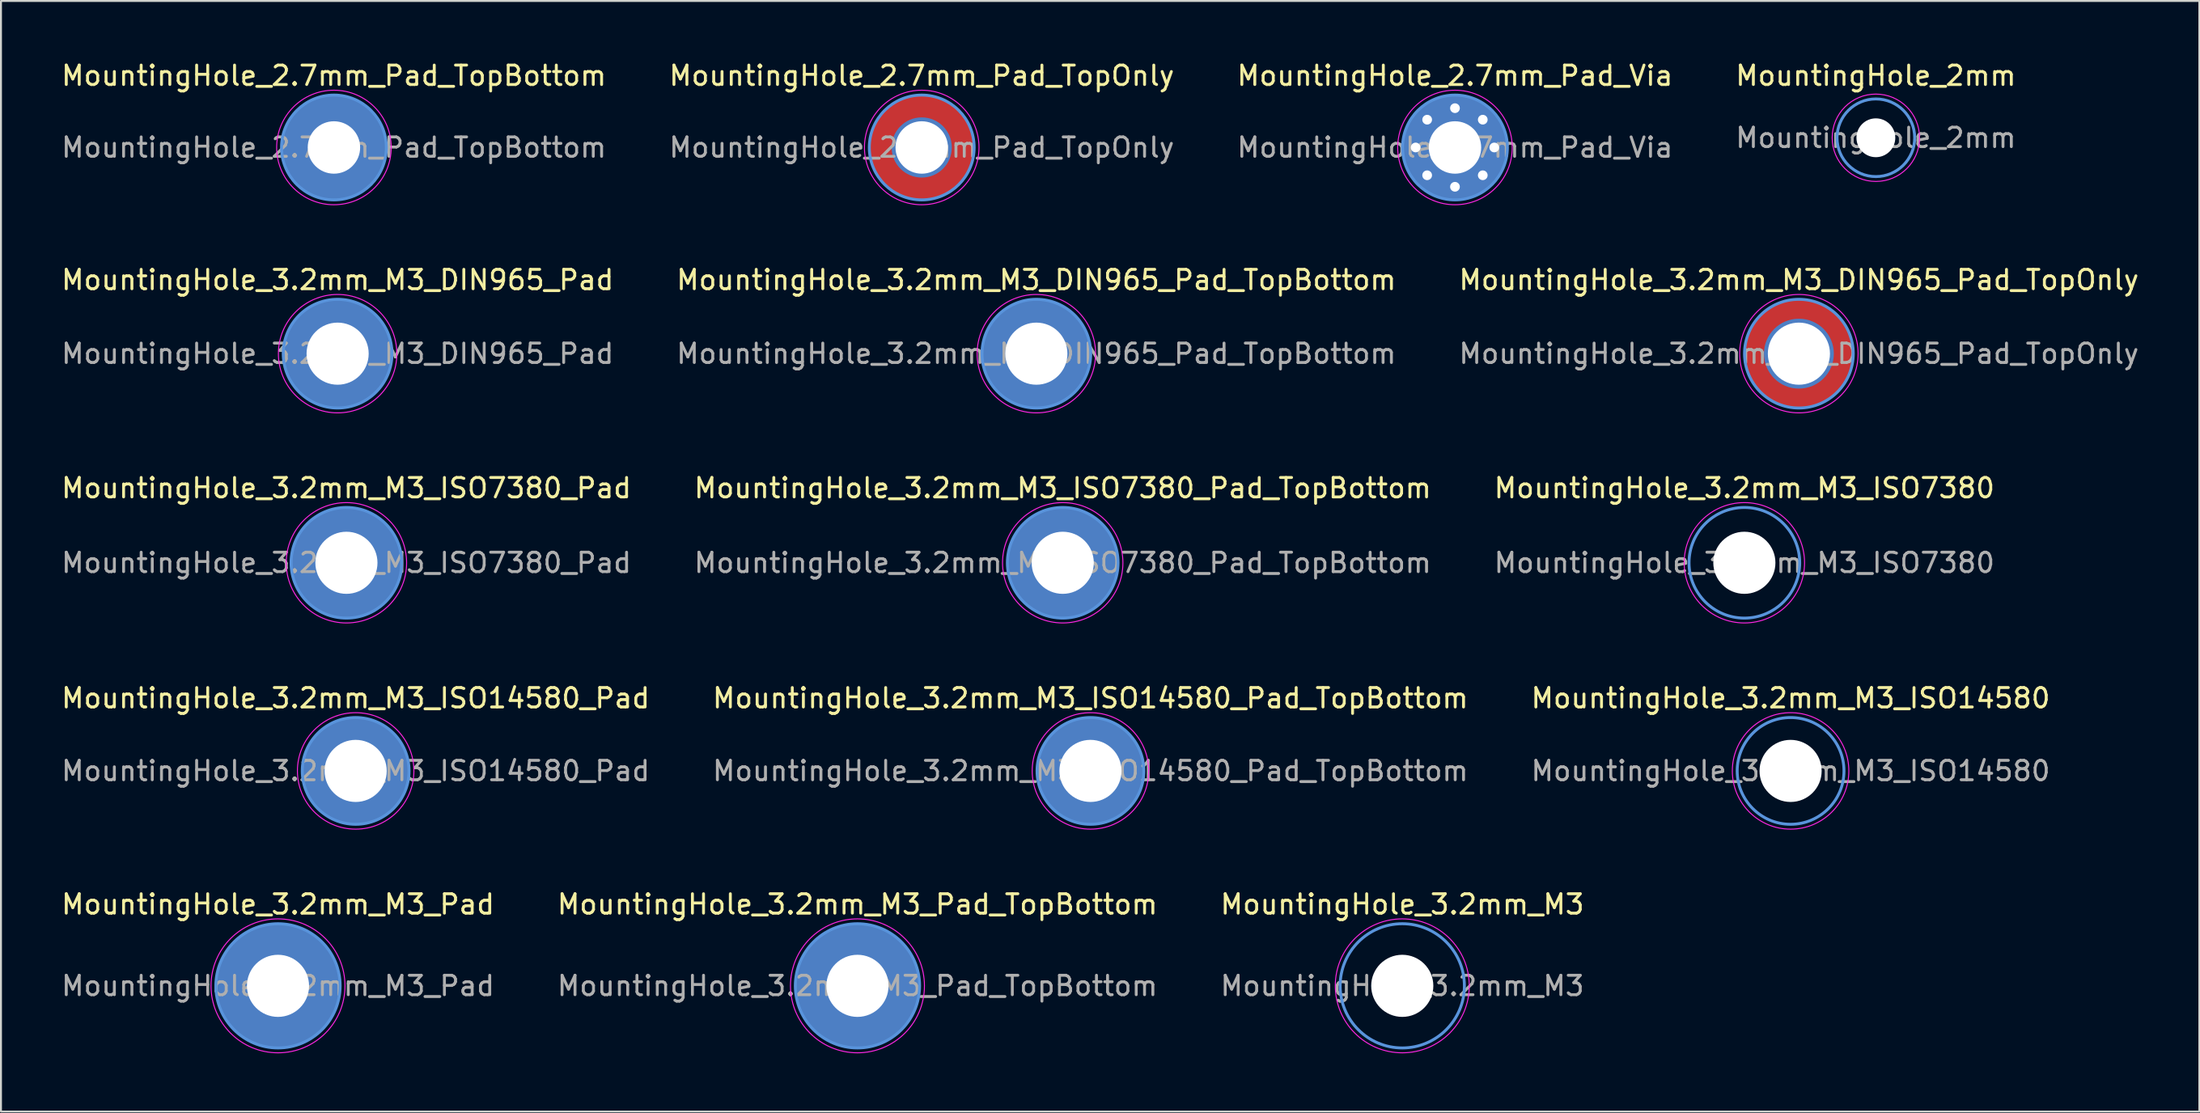
<source format=kicad_pcb>
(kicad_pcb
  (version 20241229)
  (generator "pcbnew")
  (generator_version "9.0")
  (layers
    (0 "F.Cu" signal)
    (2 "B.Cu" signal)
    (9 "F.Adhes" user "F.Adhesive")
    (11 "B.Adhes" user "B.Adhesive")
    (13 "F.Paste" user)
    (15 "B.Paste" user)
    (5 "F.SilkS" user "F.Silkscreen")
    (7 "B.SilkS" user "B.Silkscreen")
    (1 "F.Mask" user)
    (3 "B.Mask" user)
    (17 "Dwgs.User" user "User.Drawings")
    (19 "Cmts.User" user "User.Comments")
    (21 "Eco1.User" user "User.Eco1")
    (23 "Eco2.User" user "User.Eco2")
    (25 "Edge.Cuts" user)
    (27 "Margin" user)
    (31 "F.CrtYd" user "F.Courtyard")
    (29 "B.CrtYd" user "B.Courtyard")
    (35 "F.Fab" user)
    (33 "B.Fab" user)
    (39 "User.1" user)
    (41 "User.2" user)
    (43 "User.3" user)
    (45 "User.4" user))
  (footprint "MountingHole_3.2mm_M3_DIN965_Pad"
    (layer "F.Cu")
    (at 14.339 15.171)
    (property "Reference" "MountingHole_3.2mm_M3_DIN965_Pad" (at 0 -3.8 0) (layer "F.SilkS") (effects (font (size 1 1) (thickness 0.15))))
    (attr exclude_from_pos_files exclude_from_bom)
    (fp_circle (center 0 0) (end 2.8 0) (stroke (width 0.15) (type solid)) (fill no) (layer "Cmts.User"))
    (fp_circle (center 0 0) (end 3.05 0) (stroke (width 0.05) (type solid)) (fill no) (layer "F.CrtYd"))
    (fp_text user "${REFERENCE}" (at 0 0 0) (layer "F.Fab") (effects (font (size 1 1) (thickness 0.15))))
    (pad "" thru_hole circle (at 0 0) (size 5.6 5.6) (drill 3.2) (layers "*.Cu" "*.Mask")))
  (footprint "MountingHole_3.2mm_M3_Pad_TopBottom"
    (layer "F.Cu")
    (at 41.113 47.741)
    (property "Reference" "MountingHole_3.2mm_M3_Pad_TopBottom" (at 0 -4.2 0) (layer "F.SilkS") (effects (font (size 1 1) (thickness 0.15))))
    (attr exclude_from_pos_files exclude_from_bom)
    (fp_circle (center 0 0) (end 3.2 0) (stroke (width 0.15) (type solid)) (fill no) (layer "Cmts.User"))
    (fp_circle (center 0 0) (end 3.45 0) (stroke (width 0.05) (type solid)) (fill no) (layer "F.CrtYd"))
    (fp_text user "${REFERENCE}" (at 0 0 0) (layer "F.Fab") (effects (font (size 1 1) (thickness 0.15))))
    (pad "1" thru_hole circle (at 0 0) (size 3.6 3.6) (drill 3.2) (layers "*.Cu" "*.Mask"))
    (pad "1" connect circle (at 0 0) (size 6.4 6.4) (layers "F.Cu" "F.Mask"))
    (pad "1" connect circle (at 0 0) (size 6.4 6.4) (layers "B.Cu" "B.Mask")))
  (footprint "MountingHole_3.2mm_M3_ISO14580_Pad"
    (layer "F.Cu")
    (at 15.268 36.668)
    (property "Reference" "MountingHole_3.2mm_M3_ISO14580_Pad" (at 0 -3.75 0) (layer "F.SilkS") (effects (font (size 1 1) (thickness 0.15))))
    (attr exclude_from_pos_files exclude_from_bom)
    (fp_circle (center 0 0) (end 2.75 0) (stroke (width 0.15) (type solid)) (fill no) (layer "Cmts.User"))
    (fp_circle (center 0 0) (end 3 0) (stroke (width 0.05) (type solid)) (fill no) (layer "F.CrtYd"))
    (fp_text user "${REFERENCE}" (at 0 0 0) (layer "F.Fab") (effects (font (size 1 1) (thickness 0.15))))
    (pad "" thru_hole circle (at 0 0) (size 5.5 5.5) (drill 3.2) (layers "*.Cu" "*.Mask")))
  (footprint "MountingHole_2.7mm_Pad_Via"
    (layer "F.Cu")
    (at 71.887 4.548)
    (property "Reference" "MountingHole_2.7mm_Pad_Via" (at 0 -3.7 0) (layer "F.SilkS") (effects (font (size 1 1) (thickness 0.15))))
    (attr through_hole exclude_from_pos_files exclude_from_bom)
    (fp_circle (center 0 0) (end 2.7 0) (stroke (width 0.15) (type solid)) (fill no) (layer "Cmts.User"))
    (fp_circle (center 0 0) (end 2.95 0) (stroke (width 0.05) (type solid)) (fill no) (layer "F.CrtYd"))
    (fp_text user "${REFERENCE}" (at 0 0 0) (layer "F.Fab") (effects (font (size 1 1) (thickness 0.15))))
    (pad "" thru_hole circle (at -2.025 0) (size 0.8 0.8) (drill 0.5) (layers "*.Cu" "*.Mask"))
    (pad "" thru_hole circle (at -1.432 -1.432) (size 0.8 0.8) (drill 0.5) (layers "*.Cu" "*.Mask"))
    (pad "" thru_hole circle (at -1.432 1.432) (size 0.8 0.8) (drill 0.5) (layers "*.Cu" "*.Mask"))
    (pad "" thru_hole circle (at 0 -2.025) (size 0.8 0.8) (drill 0.5) (layers "*.Cu" "*.Mask"))
    (pad "" thru_hole circle (at 0 0) (size 5.4 5.4) (drill 2.7) (layers "*.Cu" "*.Mask"))
    (pad "" thru_hole circle (at 0 2.025) (size 0.8 0.8) (drill 0.5) (layers "*.Cu" "*.Mask"))
    (pad "" thru_hole circle (at 1.432 -1.432) (size 0.8 0.8) (drill 0.5) (layers "*.Cu" "*.Mask"))
    (pad "" thru_hole circle (at 1.432 1.432) (size 0.8 0.8) (drill 0.5) (layers "*.Cu" "*.Mask"))
    (pad "" thru_hole circle (at 2.025 0) (size 0.8 0.8) (drill 0.5) (layers "*.Cu" "*.Mask")))
  (footprint "MountingHole_3.2mm_M3_Pad"
    (layer "F.Cu")
    (at 11.268 47.741)
    (property "Reference" "MountingHole_3.2mm_M3_Pad" (at 0 -4.2 0) (layer "F.SilkS") (effects (font (size 1 1) (thickness 0.15))))
    (attr through_hole exclude_from_pos_files exclude_from_bom)
    (fp_circle (center 0 0) (end 3.2 0) (stroke (width 0.15) (type solid)) (fill no) (layer "Cmts.User"))
    (fp_circle (center 0 0) (end 3.45 0) (stroke (width 0.05) (type solid)) (fill no) (layer "F.CrtYd"))
    (fp_text user "${REFERENCE}" (at 0 0 0) (layer "F.Fab") (effects (font (size 1 1) (thickness 0.15))))
    (pad "" thru_hole circle (at 0 0) (size 6.4 6.4) (drill 3.2) (layers "*.Cu" "*.Mask")))
  (footprint "MountingHole_2mm"
    (layer "F.Cu")
    (at 93.565 4.048)
    (property "Reference" "MountingHole_2mm" (at 0 -3.2 0) (layer "F.SilkS") (effects (font (size 1 1) (thickness 0.15))))
    (attr through_hole exclude_from_pos_files exclude_from_bom)
    (fp_circle (center 0 0) (end 2 0) (stroke (width 0.15) (type solid)) (fill no) (layer "Cmts.User"))
    (fp_circle (center 0 0) (end 2.25 0) (stroke (width 0.05) (type solid)) (fill no) (layer "F.CrtYd"))
    (fp_text user "${REFERENCE}" (at 0 0 0) (layer "F.Fab") (effects (font (size 1 1) (thickness 0.15))))
    (pad "" np_thru_hole circle (at 0 0) (size 2 2) (drill 2) (layers "*.Cu" "*.Mask")))
  (footprint "MountingHole_3.2mm_M3_ISO7380_Pad"
    (layer "F.Cu")
    (at 14.792 25.945)
    (property "Reference" "MountingHole_3.2mm_M3_ISO7380_Pad" (at 0 -3.85 0) (layer "F.SilkS") (effects (font (size 1 1) (thickness 0.15))))
    (attr through_hole exclude_from_pos_files exclude_from_bom)
    (fp_circle (center 0 0) (end 2.85 0) (stroke (width 0.15) (type solid)) (fill no) (layer "Cmts.User"))
    (fp_circle (center 0 0) (end 3.1 0) (stroke (width 0.05) (type solid)) (fill no) (layer "F.CrtYd"))
    (fp_text user "${REFERENCE}" (at 0 0 0) (layer "F.Fab") (effects (font (size 1 1) (thickness 0.15))))
    (pad "" thru_hole circle (at 0 0) (size 5.7 5.7) (drill 3.2) (layers "*.Cu" "*.Mask")))
  (footprint "MountingHole_3.2mm_M3_ISO7380"
    (layer "F.Cu")
    (at 86.792 25.945)
    (property "Reference" "MountingHole_3.2mm_M3_ISO7380" (at 0 -3.85 0) (layer "F.SilkS") (effects (font (size 1 1) (thickness 0.15))))
    (attr exclude_from_pos_files exclude_from_bom)
    (fp_circle (center 0 0) (end 2.85 0) (stroke (width 0.15) (type solid)) (fill no) (layer "Cmts.User"))
    (fp_circle (center 0 0) (end 3.1 0) (stroke (width 0.05) (type solid)) (fill no) (layer "F.CrtYd"))
    (fp_text user "${REFERENCE}" (at 0 0 0) (layer "F.Fab") (effects (font (size 1 1) (thickness 0.15))))
    (pad "" np_thru_hole circle (at 0 0) (size 3.2 3.2) (drill 3.2) (layers "*.Cu" "*.Mask")))
  (footprint "MountingHole_3.2mm_M3_ISO14580_Pad_TopBottom"
    (layer "F.Cu")
    (at 53.113 36.668)
    (property "Reference" "MountingHole_3.2mm_M3_ISO14580_Pad_TopBottom" (at 0 -3.75 0) (layer "F.SilkS") (effects (font (size 1 1) (thickness 0.15))))
    (attr through_hole exclude_from_pos_files exclude_from_bom)
    (fp_circle (center 0 0) (end 2.75 0) (stroke (width 0.15) (type solid)) (fill no) (layer "Cmts.User"))
    (fp_circle (center 0 0) (end 3 0) (stroke (width 0.05) (type solid)) (fill no) (layer "F.CrtYd"))
    (fp_text user "${REFERENCE}" (at 0 0 0) (layer "F.Fab") (effects (font (size 1 1) (thickness 0.15))))
    (pad "" thru_hole circle (at 0 0) (size 3.6 3.6) (drill 3.2) (layers "*.Cu" "*.Mask"))
    (pad "" connect circle (at 0 0) (size 5.5 5.5) (layers "F.Cu" "F.Mask"))
    (pad "" connect circle (at 0 0) (size 5.5 5.5) (layers "B.Cu" "B.Mask")))
  (footprint "MountingHole_2.7mm_Pad_TopBottom"
    (layer "F.Cu")
    (at 14.149 4.548)
    (property "Reference" "MountingHole_2.7mm_Pad_TopBottom" (at 0 -3.7 0) (layer "F.SilkS") (effects (font (size 1 1) (thickness 0.15))))
    (attr exclude_from_pos_files exclude_from_bom)
    (fp_circle (center 0 0) (end 2.7 0) (stroke (width 0.15) (type solid)) (fill no) (layer "Cmts.User"))
    (fp_circle (center 0 0) (end 2.95 0) (stroke (width 0.05) (type solid)) (fill no) (layer "F.CrtYd"))
    (fp_text user "${REFERENCE}" (at 0 0 0) (layer "F.Fab") (effects (font (size 1 1) (thickness 0.15))))
    (pad "" thru_hole circle (at 0 0) (size 3.1 3.1) (drill 2.7) (layers "*.Cu" "*.Mask"))
    (pad "" connect circle (at 0 0) (size 5.4 5.4) (layers "F.Cu" "F.Mask"))
    (pad "" connect circle (at 0 0) (size 5.4 5.4) (layers "B.Cu" "B.Mask")))
  (footprint "MountingHole_3.2mm_M3_DIN965_Pad_TopOnly"
    (layer "F.Cu")
    (at 89.601 15.171)
    (property "Reference" "MountingHole_3.2mm_M3_DIN965_Pad_TopOnly" (at 0 -3.8 0) (layer "F.SilkS") (effects (font (size 1 1) (thickness 0.15))))
    (attr exclude_from_pos_files exclude_from_bom)
    (fp_circle (center 0 0) (end 2.8 0) (stroke (width 0.15) (type solid)) (fill no) (layer "Cmts.User"))
    (fp_circle (center 0 0) (end 3.05 0) (stroke (width 0.05) (type solid)) (fill no) (layer "F.CrtYd"))
    (fp_text user "${REFERENCE}" (at 0 0 0) (layer "F.Fab") (effects (font (size 1 1) (thickness 0.15))))
    (pad "1" thru_hole circle (at 0 0) (size 3.6 3.6) (drill 3.2) (layers "*.Cu" "*.Mask"))
    (pad "1" connect circle (at 0 0) (size 5.6 5.6) (layers "F.Cu" "F.Mask")))
  (footprint "MountingHole_3.2mm_M3"
    (layer "F.Cu")
    (at 69.173 47.741)
    (property "Reference" "MountingHole_3.2mm_M3" (at 0 -4.2 0) (layer "F.SilkS") (effects (font (size 1 1) (thickness 0.15))))
    (attr through_hole exclude_from_pos_files exclude_from_bom)
    (fp_circle (center 0 0) (end 3.2 0) (stroke (width 0.15) (type solid)) (fill no) (layer "Cmts.User"))
    (fp_circle (center 0 0) (end 3.45 0) (stroke (width 0.05) (type solid)) (fill no) (layer "F.CrtYd"))
    (fp_text user "${REFERENCE}" (at 0 0 0) (layer "F.Fab") (effects (font (size 1 1) (thickness 0.15))))
    (pad "" np_thru_hole circle (at 0 0) (size 3.2 3.2) (drill 3.2) (layers "*.Cu" "*.Mask")))
  (footprint "MountingHole_3.2mm_M3_DIN965_Pad_TopBottom"
    (layer "F.Cu")
    (at 50.327 15.171)
    (property "Reference" "MountingHole_3.2mm_M3_DIN965_Pad_TopBottom" (at 0 -3.8 0) (layer "F.SilkS") (effects (font (size 1 1) (thickness 0.15))))
    (attr through_hole exclude_from_pos_files exclude_from_bom)
    (fp_circle (center 0 0) (end 2.8 0) (stroke (width 0.15) (type solid)) (fill no) (layer "Cmts.User"))
    (fp_circle (center 0 0) (end 3.05 0) (stroke (width 0.05) (type solid)) (fill no) (layer "F.CrtYd"))
    (fp_text user "${REFERENCE}" (at 0 0 0) (layer "F.Fab") (effects (font (size 1 1) (thickness 0.15))))
    (pad "" thru_hole circle (at 0 0) (size 3.6 3.6) (drill 3.2) (layers "*.Cu" "*.Mask"))
    (pad "" connect circle (at 0 0) (size 5.6 5.6) (layers "F.Cu" "F.Mask"))
    (pad "" connect circle (at 0 0) (size 5.6 5.6) (layers "B.Cu" "B.Mask")))
  (footprint "MountingHole_2.7mm_Pad_TopOnly"
    (layer "F.Cu")
    (at 44.423 4.548)
    (property "Reference" "MountingHole_2.7mm_Pad_TopOnly" (at 0 -3.7 0) (layer "F.SilkS") (effects (font (size 1 1) (thickness 0.15))))
    (attr through_hole exclude_from_pos_files exclude_from_bom)
    (fp_circle (center 0 0) (end 2.7 0) (stroke (width 0.15) (type solid)) (fill no) (layer "Cmts.User"))
    (fp_circle (center 0 0) (end 2.95 0) (stroke (width 0.05) (type solid)) (fill no) (layer "F.CrtYd"))
    (fp_text user "${REFERENCE}" (at 0 0 0) (layer "F.Fab") (effects (font (size 1 1) (thickness 0.15))))
    (pad "" thru_hole circle (at 0 0) (size 3.1 3.1) (drill 2.7) (layers "*.Cu" "*.Mask"))
    (pad "" connect circle (at 0 0) (size 5.4 5.4) (layers "F.Cu" "F.Mask")))
  (footprint "MountingHole_3.2mm_M3_ISO7380_Pad_TopBottom"
    (layer "F.Cu")
    (at 51.685 25.945)
    (property "Reference" "MountingHole_3.2mm_M3_ISO7380_Pad_TopBottom" (at 0 -3.85 0) (layer "F.SilkS") (effects (font (size 1 1) (thickness 0.15))))
    (attr through_hole exclude_from_pos_files exclude_from_bom)
    (fp_circle (center 0 0) (end 2.85 0) (stroke (width 0.15) (type solid)) (fill no) (layer "Cmts.User"))
    (fp_circle (center 0 0) (end 3.1 0) (stroke (width 0.05) (type solid)) (fill no) (layer "F.CrtYd"))
    (fp_text user "${REFERENCE}" (at 0 0 0) (layer "F.Fab") (effects (font (size 1 1) (thickness 0.15))))
    (pad "" thru_hole circle (at 0 0) (size 3.6 3.6) (drill 3.2) (layers "*.Cu" "*.Mask"))
    (pad "" connect circle (at 0 0) (size 5.7 5.7) (layers "F.Cu" "F.Mask"))
    (pad "" connect circle (at 0 0) (size 5.7 5.7) (layers "B.Cu" "B.Mask")))
  (footprint "MountingHole_3.2mm_M3_ISO14580"
    (layer "F.Cu")
    (at 89.173 36.668)
    (property "Reference" "MountingHole_3.2mm_M3_ISO14580" (at 0 -3.75 0) (layer "F.SilkS") (effects (font (size 1 1) (thickness 0.15))))
    (attr exclude_from_pos_files exclude_from_bom)
    (fp_circle (center 0 0) (end 2.75 0) (stroke (width 0.15) (type solid)) (fill no) (layer "Cmts.User"))
    (fp_circle (center 0 0) (end 3 0) (stroke (width 0.05) (type solid)) (fill no) (layer "F.CrtYd"))
    (fp_text user "${REFERENCE}" (at 0 0 0) (layer "F.Fab") (effects (font (size 1 1) (thickness 0.15))))
    (pad "" np_thru_hole circle (at 0 0) (size 3.2 3.2) (drill 3.2) (layers "*.Cu" "*.Mask")))
  (gr_rect
    (start -3 -3)
    (end 110.226 54.216)
    (stroke (width 0.1) (type default))
    (fill no)
    (layer "Edge.Cuts")))
</source>
